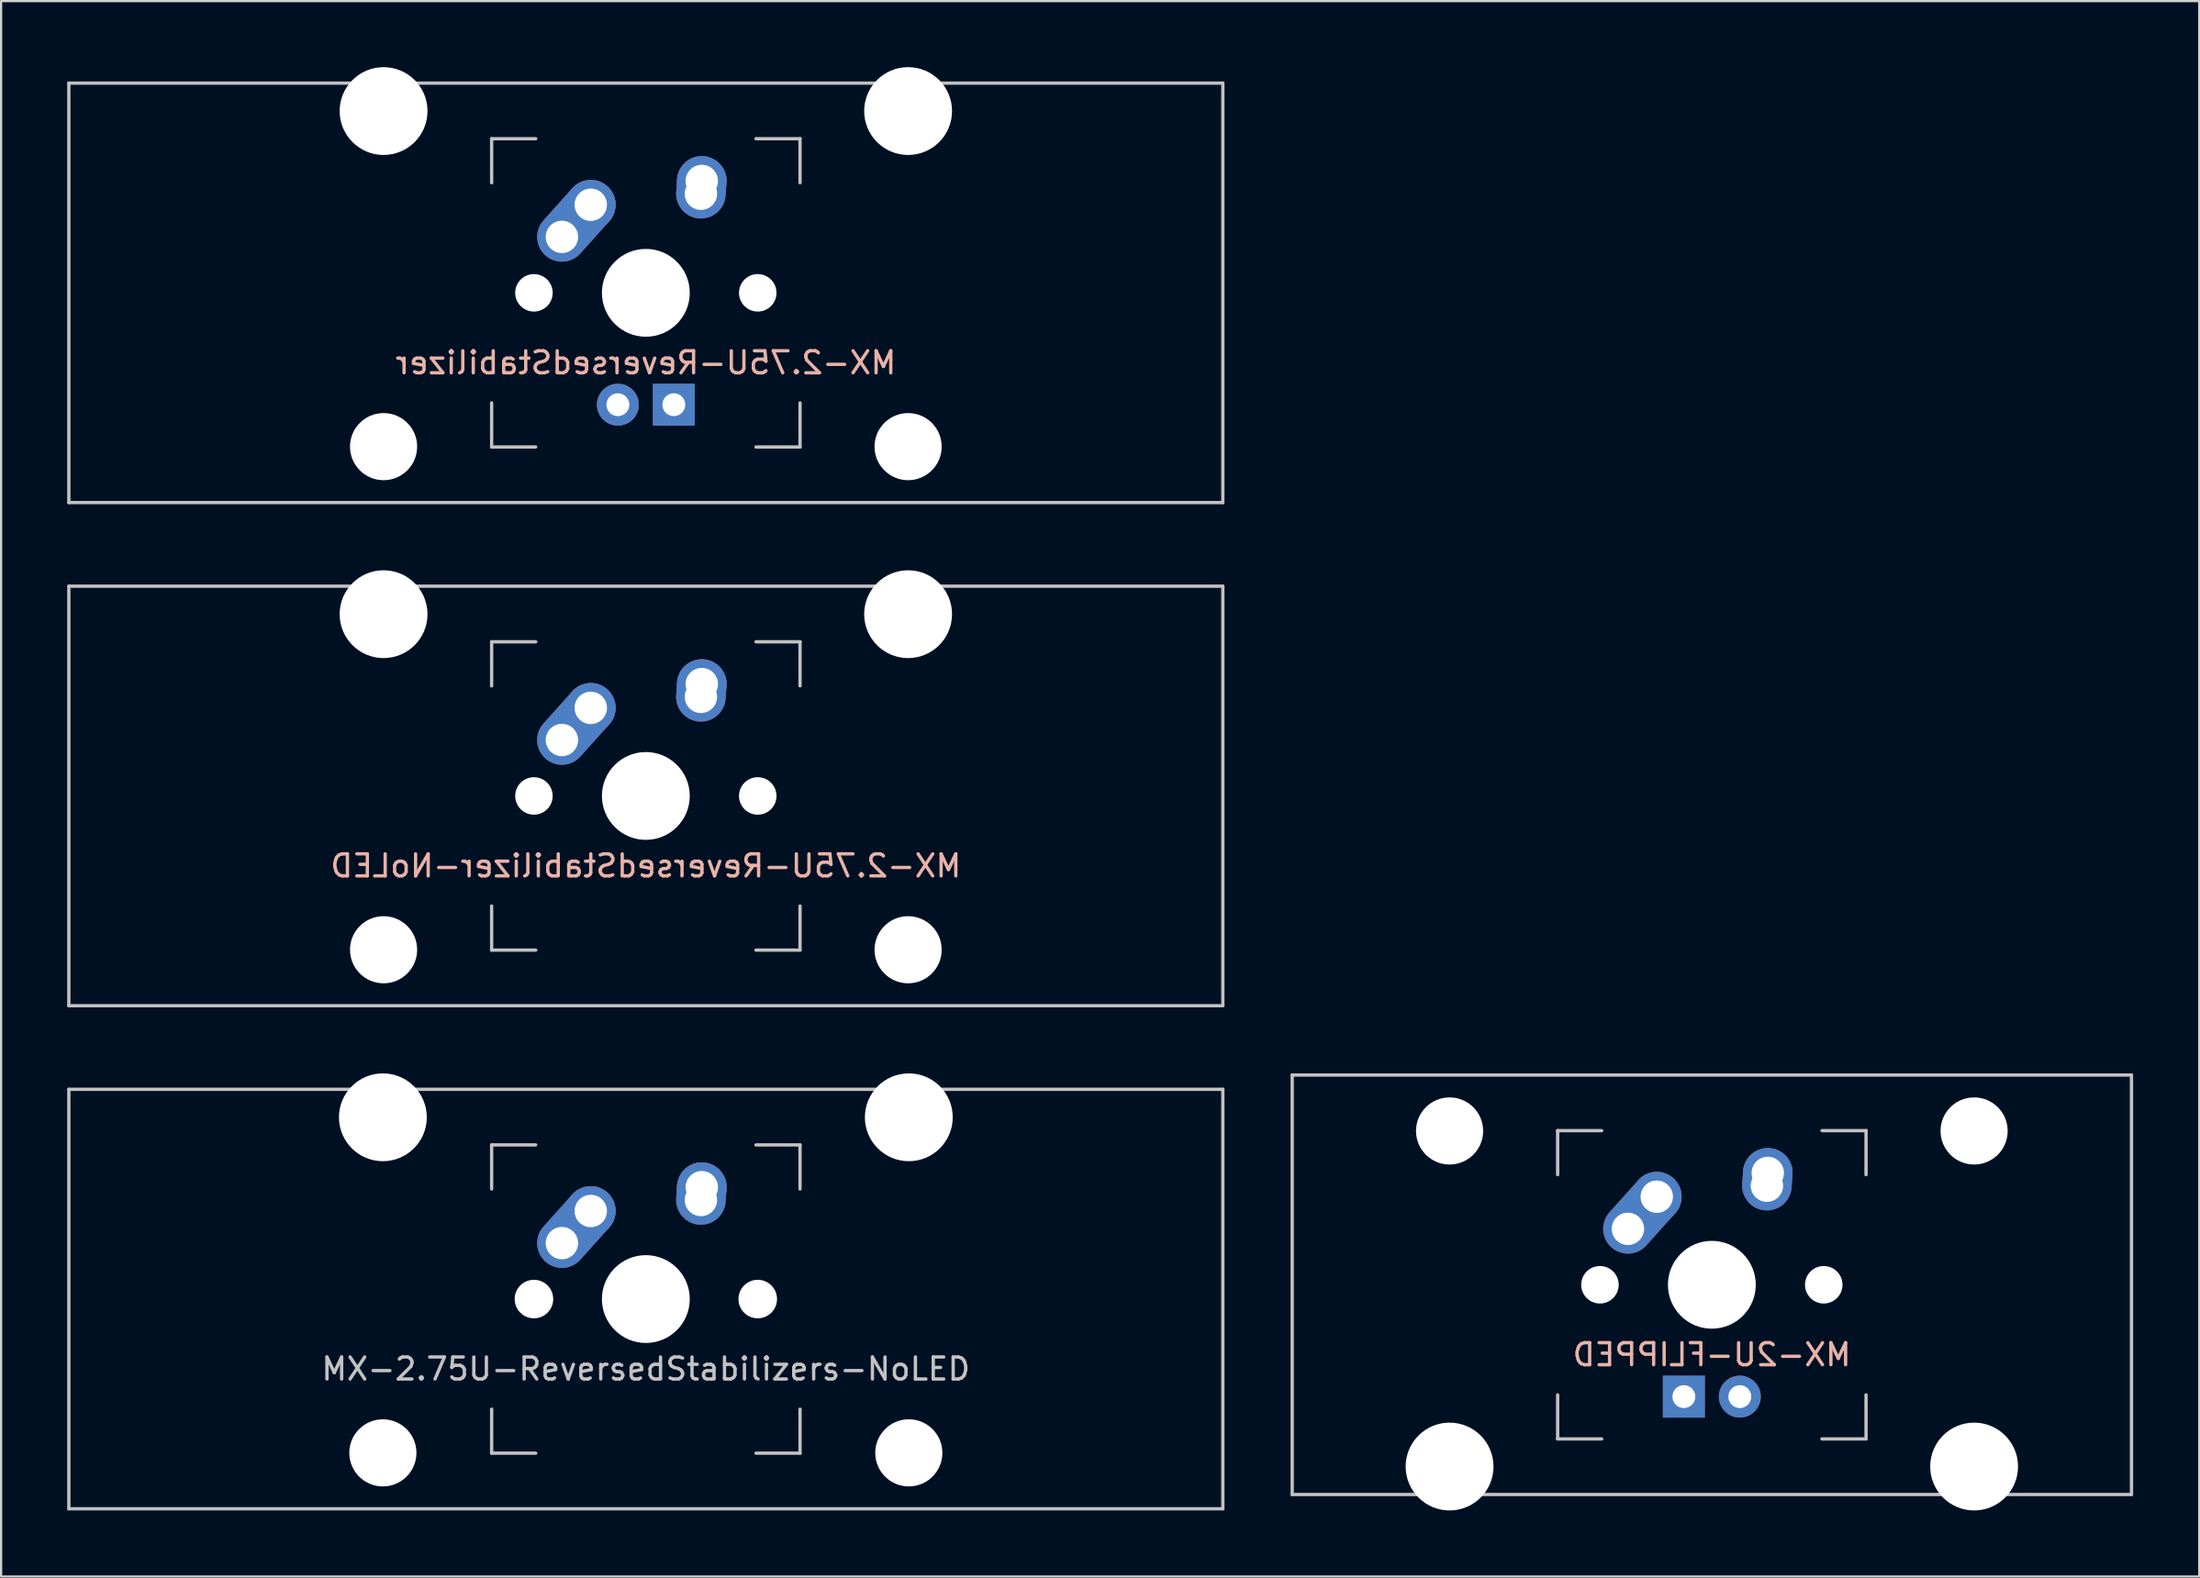
<source format=kicad_pcb>
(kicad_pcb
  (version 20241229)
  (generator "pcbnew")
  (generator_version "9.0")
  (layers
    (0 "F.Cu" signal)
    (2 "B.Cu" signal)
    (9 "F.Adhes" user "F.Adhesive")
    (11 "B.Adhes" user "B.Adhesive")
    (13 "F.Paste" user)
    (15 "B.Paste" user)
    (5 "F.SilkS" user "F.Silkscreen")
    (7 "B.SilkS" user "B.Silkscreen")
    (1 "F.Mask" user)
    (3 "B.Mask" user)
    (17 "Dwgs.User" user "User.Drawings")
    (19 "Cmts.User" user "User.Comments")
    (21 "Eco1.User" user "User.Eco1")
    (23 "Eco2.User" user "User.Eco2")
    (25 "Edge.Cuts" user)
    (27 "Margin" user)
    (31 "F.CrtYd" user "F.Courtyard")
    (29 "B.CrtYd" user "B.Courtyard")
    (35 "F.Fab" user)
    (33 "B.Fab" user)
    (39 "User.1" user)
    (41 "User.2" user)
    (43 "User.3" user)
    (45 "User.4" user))
  (footprint "MX-2.75U-ReversedStabilizer-NoLED"
    (layer "F.Cu")
    (at 26.269 33.098)
    (property "Reference" "MX-2.75U-ReversedStabilizer-NoLED" (at 0 3.175 0) (layer "B.SilkS") (effects (font (size 1 1) (thickness 0.15)) (justify mirror)))
    (attr through_hole)
    (fp_line (start -26.194 -9.525) (end 26.194 -9.525) (stroke (width 0.15) (type solid)) (layer "Dwgs.User"))
    (fp_line (start -26.194 9.525) (end -26.194 -9.525) (stroke (width 0.15) (type solid)) (layer "Dwgs.User"))
    (fp_line (start -26.194 9.525) (end 26.194 9.525) (stroke (width 0.15) (type solid)) (layer "Dwgs.User"))
    (fp_line (start -7 -7) (end -7 -5) (stroke (width 0.15) (type solid)) (layer "Dwgs.User"))
    (fp_line (start -7 5) (end -7 7) (stroke (width 0.15) (type solid)) (layer "Dwgs.User"))
    (fp_line (start -7 7) (end -5 7) (stroke (width 0.15) (type solid)) (layer "Dwgs.User"))
    (fp_line (start -5 -7) (end -7 -7) (stroke (width 0.15) (type solid)) (layer "Dwgs.User"))
    (fp_line (start 5 -7) (end 7 -7) (stroke (width 0.15) (type solid)) (layer "Dwgs.User"))
    (fp_line (start 5 7) (end 7 7) (stroke (width 0.15) (type solid)) (layer "Dwgs.User"))
    (fp_line (start 7 -7) (end 7 -5) (stroke (width 0.15) (type solid)) (layer "Dwgs.User"))
    (fp_line (start 7 7) (end 7 5) (stroke (width 0.15) (type solid)) (layer "Dwgs.User"))
    (fp_line (start 26.194 -9.525) (end 26.194 9.525) (stroke (width 0.15) (type solid)) (layer "Dwgs.User"))
    (pad "" np_thru_hole circle (at -11.906 -8.255) (size 3.988 3.988) (drill 3.988) (layers "*.Cu" "*.Mask"))
    (pad "" np_thru_hole circle (at -11.906 6.985) (size 3.048 3.048) (drill 3.048) (layers "*.Cu" "*.Mask"))
    (pad "" np_thru_hole circle (at -5.08 0 48.1) (size 1.702 1.702) (drill 1.702) (layers "*.Cu" "*.Mask"))
    (pad "" np_thru_hole circle (at 0 0) (size 3.988 3.988) (drill 3.988) (layers "*.Cu" "*.Mask"))
    (pad "" np_thru_hole circle (at 5.08 0 48.1) (size 1.702 1.702) (drill 1.702) (layers "*.Cu" "*.Mask"))
    (pad "" np_thru_hole circle (at 11.906 -8.255) (size 3.988 3.988) (drill 3.988) (layers "*.Cu" "*.Mask"))
    (pad "" np_thru_hole circle (at 11.906 6.985) (size 3.048 3.048) (drill 3.048) (layers "*.Cu" "*.Mask"))
    (pad "1" thru_hole oval (at -3.81 -2.54 48.1) (size 4.212 2.25) (drill 1.47 (offset 0.981 0)) (layers "*.Cu" "*.Mask"))
    (pad "1" thru_hole circle (at -2.5 -4) (size 2.25 2.25) (drill 1.47) (layers "*.Cu" "*.Mask"))
    (pad "2" thru_hole oval (at 2.5 -4.5 86.055) (size 2.831 2.25) (drill 1.47 (offset 0.291 0)) (layers "*.Cu" "*.Mask"))
    (pad "2" thru_hole circle (at 2.54 -5.08) (size 2.25 2.25) (drill 1.47) (layers "*.Cu" "*.Mask")))
  (footprint "MX-2.75U-ReversedStabilizer"
    (layer "F.Cu")
    (at 26.269 10.249)
    (property "Reference" "MX-2.75U-ReversedStabilizer" (at 0 3.175 0) (layer "B.SilkS") (effects (font (size 1 1) (thickness 0.15)) (justify mirror)))
    (attr through_hole)
    (fp_line (start -26.194 -9.525) (end 26.194 -9.525) (stroke (width 0.15) (type solid)) (layer "Dwgs.User"))
    (fp_line (start -26.194 9.525) (end -26.194 -9.525) (stroke (width 0.15) (type solid)) (layer "Dwgs.User"))
    (fp_line (start -26.194 9.525) (end 26.194 9.525) (stroke (width 0.15) (type solid)) (layer "Dwgs.User"))
    (fp_line (start -7 -7) (end -7 -5) (stroke (width 0.15) (type solid)) (layer "Dwgs.User"))
    (fp_line (start -7 5) (end -7 7) (stroke (width 0.15) (type solid)) (layer "Dwgs.User"))
    (fp_line (start -7 7) (end -5 7) (stroke (width 0.15) (type solid)) (layer "Dwgs.User"))
    (fp_line (start -5 -7) (end -7 -7) (stroke (width 0.15) (type solid)) (layer "Dwgs.User"))
    (fp_line (start 5 -7) (end 7 -7) (stroke (width 0.15) (type solid)) (layer "Dwgs.User"))
    (fp_line (start 5 7) (end 7 7) (stroke (width 0.15) (type solid)) (layer "Dwgs.User"))
    (fp_line (start 7 -7) (end 7 -5) (stroke (width 0.15) (type solid)) (layer "Dwgs.User"))
    (fp_line (start 7 7) (end 7 5) (stroke (width 0.15) (type solid)) (layer "Dwgs.User"))
    (fp_line (start 26.194 -9.525) (end 26.194 9.525) (stroke (width 0.15) (type solid)) (layer "Dwgs.User"))
    (pad "" np_thru_hole circle (at -11.906 -8.255) (size 3.988 3.988) (drill 3.988) (layers "*.Cu" "*.Mask"))
    (pad "" np_thru_hole circle (at -11.906 6.985) (size 3.048 3.048) (drill 3.048) (layers "*.Cu" "*.Mask"))
    (pad "" np_thru_hole circle (at -5.08 0 48.1) (size 1.702 1.702) (drill 1.702) (layers "*.Cu" "*.Mask"))
    (pad "" np_thru_hole circle (at 0 0) (size 3.988 3.988) (drill 3.988) (layers "*.Cu" "*.Mask"))
    (pad "" np_thru_hole circle (at 5.08 0 48.1) (size 1.702 1.702) (drill 1.702) (layers "*.Cu" "*.Mask"))
    (pad "" np_thru_hole circle (at 11.906 -8.255) (size 3.988 3.988) (drill 3.988) (layers "*.Cu" "*.Mask"))
    (pad "" np_thru_hole circle (at 11.906 6.985) (size 3.048 3.048) (drill 3.048) (layers "*.Cu" "*.Mask"))
    (pad "1" thru_hole oval (at -3.81 -2.54 48.1) (size 4.212 2.25) (drill 1.47 (offset 0.981 0)) (layers "*.Cu" "*.Mask"))
    (pad "1" thru_hole circle (at -2.5 -4) (size 2.25 2.25) (drill 1.47) (layers "*.Cu" "*.Mask"))
    (pad "2" thru_hole oval (at 2.5 -4.5 86.055) (size 2.831 2.25) (drill 1.47 (offset 0.291 0)) (layers "*.Cu" "*.Mask"))
    (pad "2" thru_hole circle (at 2.54 -5.08) (size 2.25 2.25) (drill 1.47) (layers "*.Cu" "*.Mask"))
    (pad "3" thru_hole circle (at -1.27 5.08) (size 1.905 1.905) (drill 1.04) (layers "*.Cu" "*.Mask"))
    (pad "4" thru_hole rect (at 1.27 5.08) (size 1.905 1.905) (drill 1.04) (layers "*.Cu" "*.Mask")))
  (footprint "MX-2U-FLIPPED"
    (layer "F.Cu")
    (at 74.662 55.298)
    (property "Reference" "MX-2U-FLIPPED" (at 0 3.175 0) (layer "B.SilkS") (effects (font (size 1 1) (thickness 0.15)) (justify mirror)))
    (attr through_hole)
    (fp_line (start -19.05 -9.525) (end 19.05 -9.525) (stroke (width 0.15) (type solid)) (layer "Dwgs.User"))
    (fp_line (start -19.05 9.525) (end -19.05 -9.525) (stroke (width 0.15) (type solid)) (layer "Dwgs.User"))
    (fp_line (start -19.05 9.525) (end 19.05 9.525) (stroke (width 0.15) (type solid)) (layer "Dwgs.User"))
    (fp_line (start -7 -7) (end -7 -5) (stroke (width 0.15) (type solid)) (layer "Dwgs.User"))
    (fp_line (start -7 5) (end -7 7) (stroke (width 0.15) (type solid)) (layer "Dwgs.User"))
    (fp_line (start -7 7) (end -5 7) (stroke (width 0.15) (type solid)) (layer "Dwgs.User"))
    (fp_line (start -5 -7) (end -7 -7) (stroke (width 0.15) (type solid)) (layer "Dwgs.User"))
    (fp_line (start 5 -7) (end 7 -7) (stroke (width 0.15) (type solid)) (layer "Dwgs.User"))
    (fp_line (start 5 7) (end 7 7) (stroke (width 0.15) (type solid)) (layer "Dwgs.User"))
    (fp_line (start 7 -7) (end 7 -5) (stroke (width 0.15) (type solid)) (layer "Dwgs.User"))
    (fp_line (start 7 7) (end 7 5) (stroke (width 0.15) (type solid)) (layer "Dwgs.User"))
    (fp_line (start 19.05 -9.525) (end 19.05 9.525) (stroke (width 0.15) (type solid)) (layer "Dwgs.User"))
    (pad "" np_thru_hole circle (at -11.906 -6.985) (size 3.048 3.048) (drill 3.048) (layers "*.Cu" "*.Mask"))
    (pad "" np_thru_hole circle (at -11.906 8.255) (size 3.988 3.988) (drill 3.988) (layers "*.Cu" "*.Mask"))
    (pad "" np_thru_hole circle (at -5.08 0 48.1) (size 1.702 1.702) (drill 1.702) (layers "*.Cu" "*.Mask"))
    (pad "" np_thru_hole circle (at 0 0) (size 3.988 3.988) (drill 3.988) (layers "*.Cu" "*.Mask"))
    (pad "" np_thru_hole circle (at 5.08 0 48.1) (size 1.702 1.702) (drill 1.702) (layers "*.Cu" "*.Mask"))
    (pad "" np_thru_hole circle (at 11.906 -6.985) (size 3.048 3.048) (drill 3.048) (layers "*.Cu" "*.Mask"))
    (pad "" np_thru_hole circle (at 11.906 8.255) (size 3.988 3.988) (drill 3.988) (layers "*.Cu" "*.Mask"))
    (pad "1" thru_hole oval (at -3.81 -2.54 48.1) (size 4.212 2.25) (drill 1.47 (offset 0.981 0)) (layers "*.Cu" "*.Mask"))
    (pad "1" thru_hole circle (at -2.5 -4) (size 2.25 2.25) (drill 1.47) (layers "*.Cu" "*.Mask"))
    (pad "2" thru_hole oval (at 2.5 -4.5 86.055) (size 2.831 2.25) (drill 1.47 (offset 0.291 0)) (layers "*.Cu" "*.Mask"))
    (pad "2" thru_hole circle (at 2.54 -5.08) (size 2.25 2.25) (drill 1.47) (layers "*.Cu" "*.Mask"))
    (pad "3" thru_hole circle (at 1.27 5.08) (size 1.905 1.905) (drill 1.04) (layers "*.Cu" "*.Mask"))
    (pad "4" thru_hole rect (at -1.27 5.08) (size 1.905 1.905) (drill 1.04) (layers "*.Cu" "*.Mask")))
  (footprint "MX-2.75U-ReversedStabilizers-NoLED"
    (layer "F.Cu")
    (at 26.269 55.947)
    (property "Reference" "MX-2.75U-ReversedStabilizers-NoLED" (at 0 3.175 0) (layer "Dwgs.User") (effects (font (size 1 1) (thickness 0.15))))
    (attr through_hole)
    (fp_line (start -26.194 -9.525) (end 26.194 -9.525) (stroke (width 0.15) (type solid)) (layer "Dwgs.User"))
    (fp_line (start -26.194 9.525) (end -26.194 -9.525) (stroke (width 0.15) (type solid)) (layer "Dwgs.User"))
    (fp_line (start -26.194 9.525) (end 26.194 9.525) (stroke (width 0.15) (type solid)) (layer "Dwgs.User"))
    (fp_line (start -7 -7) (end -7 -5) (stroke (width 0.15) (type solid)) (layer "Dwgs.User"))
    (fp_line (start -7 5) (end -7 7) (stroke (width 0.15) (type solid)) (layer "Dwgs.User"))
    (fp_line (start -7 7) (end -5 7) (stroke (width 0.15) (type solid)) (layer "Dwgs.User"))
    (fp_line (start -5 -7) (end -7 -7) (stroke (width 0.15) (type solid)) (layer "Dwgs.User"))
    (fp_line (start 5 -7) (end 7 -7) (stroke (width 0.15) (type solid)) (layer "Dwgs.User"))
    (fp_line (start 5 7) (end 7 7) (stroke (width 0.15) (type solid)) (layer "Dwgs.User"))
    (fp_line (start 7 -7) (end 7 -5) (stroke (width 0.15) (type solid)) (layer "Dwgs.User"))
    (fp_line (start 7 7) (end 7 5) (stroke (width 0.15) (type solid)) (layer "Dwgs.User"))
    (fp_line (start 26.194 -9.525) (end 26.194 9.525) (stroke (width 0.15) (type solid)) (layer "Dwgs.User"))
    (pad "" np_thru_hole circle (at -11.938 -8.255) (size 3.988 3.988) (drill 3.988) (layers "*.Cu" "*.Mask"))
    (pad "" np_thru_hole circle (at -11.938 6.985) (size 3.048 3.048) (drill 3.048) (layers "*.Cu" "*.Mask"))
    (pad "" np_thru_hole circle (at -5.08 0 48.1) (size 1.75 1.75) (drill 1.75) (layers "*.Cu" "*.Mask"))
    (pad "" np_thru_hole circle (at 0 0) (size 3.988 3.988) (drill 3.988) (layers "*.Cu" "*.Mask"))
    (pad "" np_thru_hole circle (at 5.08 0 48.1) (size 1.75 1.75) (drill 1.75) (layers "*.Cu" "*.Mask"))
    (pad "" np_thru_hole circle (at 11.938 -8.255) (size 3.988 3.988) (drill 3.988) (layers "*.Cu" "*.Mask"))
    (pad "" np_thru_hole circle (at 11.938 6.985) (size 3.048 3.048) (drill 3.048) (layers "*.Cu" "*.Mask"))
    (pad "1" thru_hole oval (at -3.81 -2.54 48.1) (size 4.212 2.25) (drill 1.47 (offset 0.981 0)) (layers "*.Cu" "B.Mask"))
    (pad "1" thru_hole circle (at -2.5 -4) (size 2.25 2.25) (drill 1.47) (layers "*.Cu" "B.Mask"))
    (pad "2" thru_hole oval (at 2.5 -4.5 86.055) (size 2.831 2.25) (drill 1.47 (offset 0.291 0)) (layers "*.Cu" "B.Mask"))
    (pad "2" thru_hole circle (at 2.54 -5.08) (size 2.25 2.25) (drill 1.47) (layers "*.Cu" "B.Mask")))
  (gr_rect
    (start -3 -3)
    (end 96.787 68.547)
    (stroke (width 0.1) (type default))
    (fill no)
    (layer "Edge.Cuts")))
</source>
